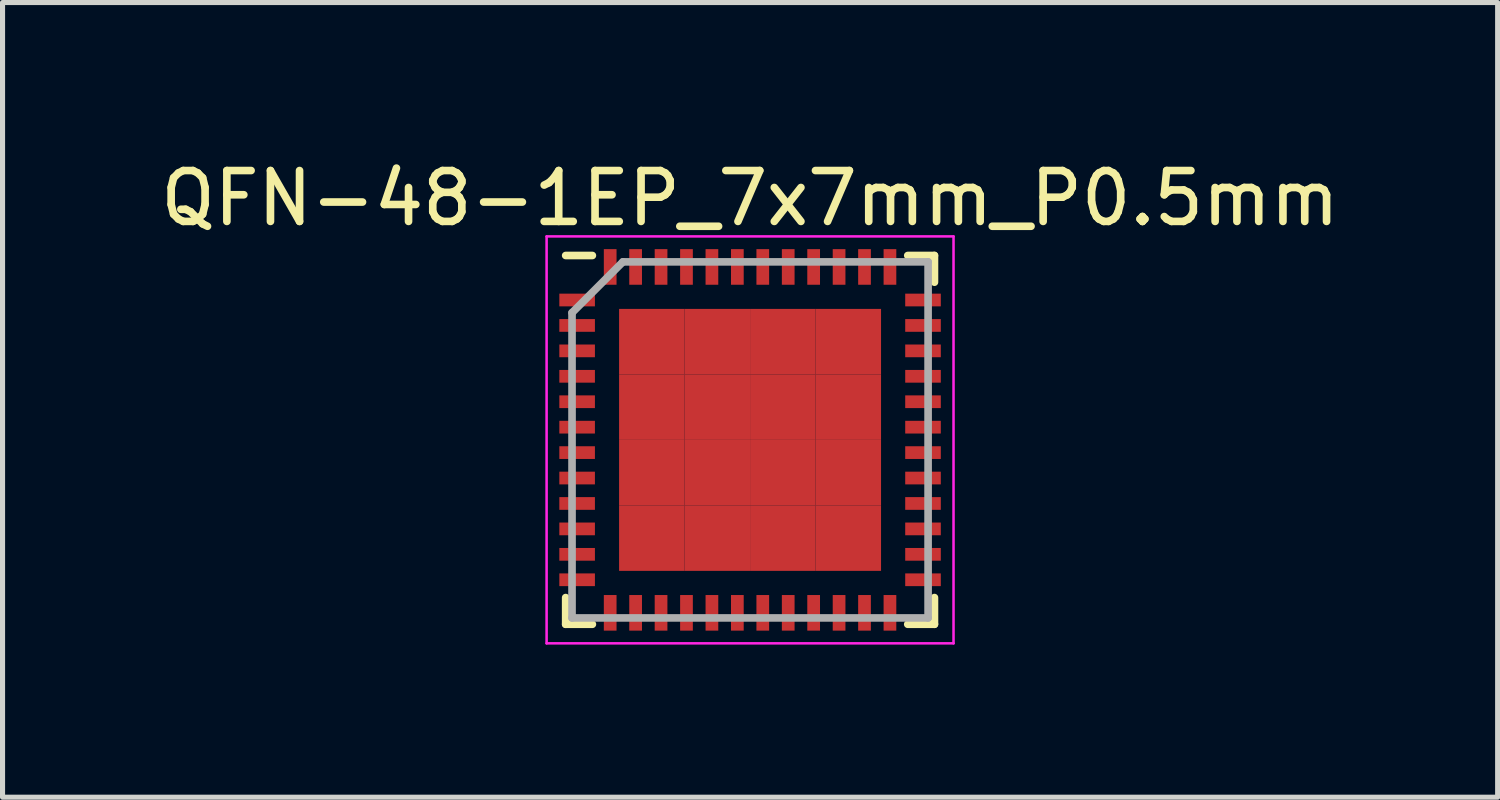
<source format=kicad_pcb>
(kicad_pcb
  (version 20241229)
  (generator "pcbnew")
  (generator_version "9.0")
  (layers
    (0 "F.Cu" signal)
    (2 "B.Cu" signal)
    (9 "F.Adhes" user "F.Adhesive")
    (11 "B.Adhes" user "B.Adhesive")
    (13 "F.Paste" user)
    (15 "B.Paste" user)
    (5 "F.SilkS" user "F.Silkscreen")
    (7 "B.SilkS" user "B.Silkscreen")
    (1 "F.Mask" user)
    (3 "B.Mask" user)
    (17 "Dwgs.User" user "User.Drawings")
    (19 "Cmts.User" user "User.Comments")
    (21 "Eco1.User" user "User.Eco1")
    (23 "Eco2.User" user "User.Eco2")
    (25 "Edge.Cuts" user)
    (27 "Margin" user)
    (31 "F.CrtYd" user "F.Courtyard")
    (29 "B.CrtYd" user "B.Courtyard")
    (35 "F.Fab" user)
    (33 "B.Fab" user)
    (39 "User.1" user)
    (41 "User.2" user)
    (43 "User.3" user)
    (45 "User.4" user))
  (footprint "QFN-48-1EP_7x7mm_P0.5mm"
    (layer "F.Cu")
    (at 11.696 5.598)
    (property "Reference" "QFN-48-1EP_7x7mm_P0.5mm" (at 0 -4.75 0) (layer "F.SilkS") (effects (font (size 1 1) (thickness 0.15))))
    (attr smd)
    (fp_line (start -3.625 -3.625) (end -3.1 -3.625) (stroke (width 0.15) (type solid)) (layer "F.SilkS"))
    (fp_line (start -3.625 3.625) (end -3.625 3.1) (stroke (width 0.15) (type solid)) (layer "F.SilkS"))
    (fp_line (start -3.625 3.625) (end -3.1 3.625) (stroke (width 0.15) (type solid)) (layer "F.SilkS"))
    (fp_line (start 3.625 -3.625) (end 3.1 -3.625) (stroke (width 0.15) (type solid)) (layer "F.SilkS"))
    (fp_line (start 3.625 -3.625) (end 3.625 -3.1) (stroke (width 0.15) (type solid)) (layer "F.SilkS"))
    (fp_line (start 3.625 3.625) (end 3.1 3.625) (stroke (width 0.15) (type solid)) (layer "F.SilkS"))
    (fp_line (start 3.625 3.625) (end 3.625 3.1) (stroke (width 0.15) (type solid)) (layer "F.SilkS"))
    (fp_line (start -4 -4) (end -4 4) (stroke (width 0.05) (type solid)) (layer "F.CrtYd"))
    (fp_line (start -4 -4) (end 4 -4) (stroke (width 0.05) (type solid)) (layer "F.CrtYd"))
    (fp_line (start -4 4) (end 4 4) (stroke (width 0.05) (type solid)) (layer "F.CrtYd"))
    (fp_line (start 4 -4) (end 4 4) (stroke (width 0.05) (type solid)) (layer "F.CrtYd"))
    (fp_line (start -3.5 -2.5) (end -2.5 -3.5) (stroke (width 0.15) (type solid)) (layer "F.Fab"))
    (fp_line (start -3.5 3.5) (end -3.5 -2.5) (stroke (width 0.15) (type solid)) (layer "F.Fab"))
    (fp_line (start -2.5 -3.5) (end 3.5 -3.5) (stroke (width 0.15) (type solid)) (layer "F.Fab"))
    (fp_line (start 3.5 -3.5) (end 3.5 3.5) (stroke (width 0.15) (type solid)) (layer "F.Fab"))
    (fp_line (start 3.5 3.5) (end -3.5 3.5) (stroke (width 0.15) (type solid)) (layer "F.Fab"))
    (pad "1" smd rect (at -3.4 -2.75) (size 0.7 0.25) (layers "F.Cu" "F.Mask" "F.Paste"))
    (pad "2" smd rect (at -3.4 -2.25) (size 0.7 0.25) (layers "F.Cu" "F.Mask" "F.Paste"))
    (pad "3" smd rect (at -3.4 -1.75) (size 0.7 0.25) (layers "F.Cu" "F.Mask" "F.Paste"))
    (pad "4" smd rect (at -3.4 -1.25) (size 0.7 0.25) (layers "F.Cu" "F.Mask" "F.Paste"))
    (pad "5" smd rect (at -3.4 -0.75) (size 0.7 0.25) (layers "F.Cu" "F.Mask" "F.Paste"))
    (pad "6" smd rect (at -3.4 -0.25) (size 0.7 0.25) (layers "F.Cu" "F.Mask" "F.Paste"))
    (pad "7" smd rect (at -3.4 0.25) (size 0.7 0.25) (layers "F.Cu" "F.Mask" "F.Paste"))
    (pad "8" smd rect (at -3.4 0.75) (size 0.7 0.25) (layers "F.Cu" "F.Mask" "F.Paste"))
    (pad "9" smd rect (at -3.4 1.25) (size 0.7 0.25) (layers "F.Cu" "F.Mask" "F.Paste"))
    (pad "10" smd rect (at -3.4 1.75) (size 0.7 0.25) (layers "F.Cu" "F.Mask" "F.Paste"))
    (pad "11" smd rect (at -3.4 2.25) (size 0.7 0.25) (layers "F.Cu" "F.Mask" "F.Paste"))
    (pad "12" smd rect (at -3.4 2.75) (size 0.7 0.25) (layers "F.Cu" "F.Mask" "F.Paste"))
    (pad "13" smd rect (at -2.75 3.4 90) (size 0.7 0.25) (layers "F.Cu" "F.Mask" "F.Paste"))
    (pad "14" smd rect (at -2.25 3.4 90) (size 0.7 0.25) (layers "F.Cu" "F.Mask" "F.Paste"))
    (pad "15" smd rect (at -1.75 3.4 90) (size 0.7 0.25) (layers "F.Cu" "F.Mask" "F.Paste"))
    (pad "16" smd rect (at -1.25 3.4 90) (size 0.7 0.25) (layers "F.Cu" "F.Mask" "F.Paste"))
    (pad "17" smd rect (at -0.75 3.4 90) (size 0.7 0.25) (layers "F.Cu" "F.Mask" "F.Paste"))
    (pad "18" smd rect (at -0.25 3.4 90) (size 0.7 0.25) (layers "F.Cu" "F.Mask" "F.Paste"))
    (pad "19" smd rect (at 0.25 3.4 90) (size 0.7 0.25) (layers "F.Cu" "F.Mask" "F.Paste"))
    (pad "20" smd rect (at 0.75 3.4 90) (size 0.7 0.25) (layers "F.Cu" "F.Mask" "F.Paste"))
    (pad "21" smd rect (at 1.25 3.4 90) (size 0.7 0.25) (layers "F.Cu" "F.Mask" "F.Paste"))
    (pad "22" smd rect (at 1.75 3.4 90) (size 0.7 0.25) (layers "F.Cu" "F.Mask" "F.Paste"))
    (pad "23" smd rect (at 2.25 3.4 90) (size 0.7 0.25) (layers "F.Cu" "F.Mask" "F.Paste"))
    (pad "24" smd rect (at 2.75 3.4 90) (size 0.7 0.25) (layers "F.Cu" "F.Mask" "F.Paste"))
    (pad "25" smd rect (at 3.4 2.75) (size 0.7 0.25) (layers "F.Cu" "F.Mask" "F.Paste"))
    (pad "26" smd rect (at 3.4 2.25) (size 0.7 0.25) (layers "F.Cu" "F.Mask" "F.Paste"))
    (pad "27" smd rect (at 3.4 1.75) (size 0.7 0.25) (layers "F.Cu" "F.Mask" "F.Paste"))
    (pad "28" smd rect (at 3.4 1.25) (size 0.7 0.25) (layers "F.Cu" "F.Mask" "F.Paste"))
    (pad "29" smd rect (at 3.4 0.75) (size 0.7 0.25) (layers "F.Cu" "F.Mask" "F.Paste"))
    (pad "30" smd rect (at 3.4 0.25) (size 0.7 0.25) (layers "F.Cu" "F.Mask" "F.Paste"))
    (pad "31" smd rect (at 3.4 -0.25) (size 0.7 0.25) (layers "F.Cu" "F.Mask" "F.Paste"))
    (pad "32" smd rect (at 3.4 -0.75) (size 0.7 0.25) (layers "F.Cu" "F.Mask" "F.Paste"))
    (pad "33" smd rect (at 3.4 -1.25) (size 0.7 0.25) (layers "F.Cu" "F.Mask" "F.Paste"))
    (pad "34" smd rect (at 3.4 -1.75) (size 0.7 0.25) (layers "F.Cu" "F.Mask" "F.Paste"))
    (pad "35" smd rect (at 3.4 -2.25) (size 0.7 0.25) (layers "F.Cu" "F.Mask" "F.Paste"))
    (pad "36" smd rect (at 3.4 -2.75) (size 0.7 0.25) (layers "F.Cu" "F.Mask" "F.Paste"))
    (pad "37" smd rect (at 2.75 -3.4 90) (size 0.7 0.25) (layers "F.Cu" "F.Mask" "F.Paste"))
    (pad "38" smd rect (at 2.25 -3.4 90) (size 0.7 0.25) (layers "F.Cu" "F.Mask" "F.Paste"))
    (pad "39" smd rect (at 1.75 -3.4 90) (size 0.7 0.25) (layers "F.Cu" "F.Mask" "F.Paste"))
    (pad "40" smd rect (at 1.25 -3.4 90) (size 0.7 0.25) (layers "F.Cu" "F.Mask" "F.Paste"))
    (pad "41" smd rect (at 0.75 -3.4 90) (size 0.7 0.25) (layers "F.Cu" "F.Mask" "F.Paste"))
    (pad "42" smd rect (at 0.25 -3.4 90) (size 0.7 0.25) (layers "F.Cu" "F.Mask" "F.Paste"))
    (pad "43" smd rect (at -0.25 -3.4 90) (size 0.7 0.25) (layers "F.Cu" "F.Mask" "F.Paste"))
    (pad "44" smd rect (at -0.75 -3.4 90) (size 0.7 0.25) (layers "F.Cu" "F.Mask" "F.Paste"))
    (pad "45" smd rect (at -1.25 -3.4 90) (size 0.7 0.25) (layers "F.Cu" "F.Mask" "F.Paste"))
    (pad "46" smd rect (at -1.75 -3.4 90) (size 0.7 0.25) (layers "F.Cu" "F.Mask" "F.Paste"))
    (pad "47" smd rect (at -2.25 -3.4 90) (size 0.7 0.25) (layers "F.Cu" "F.Mask" "F.Paste"))
    (pad "48" smd rect (at -2.75 -3.4 90) (size 0.7 0.25) (layers "F.Cu" "F.Mask" "F.Paste"))
    (pad "49" smd rect (at -1.931 -1.931) (size 1.288 1.288) (layers "F.Cu" "F.Mask" "F.Paste"))
    (pad "49" smd rect (at -1.931 -0.644) (size 1.288 1.288) (layers "F.Cu" "F.Mask" "F.Paste"))
    (pad "49" smd rect (at -1.931 0.644) (size 1.288 1.288) (layers "F.Cu" "F.Mask" "F.Paste"))
    (pad "49" smd rect (at -1.931 1.931) (size 1.288 1.288) (layers "F.Cu" "F.Mask" "F.Paste"))
    (pad "49" smd rect (at -0.644 -1.931) (size 1.288 1.288) (layers "F.Cu" "F.Mask" "F.Paste"))
    (pad "49" smd rect (at -0.644 -0.644) (size 1.288 1.288) (layers "F.Cu" "F.Mask" "F.Paste"))
    (pad "49" smd rect (at -0.644 0.644) (size 1.288 1.288) (layers "F.Cu" "F.Mask" "F.Paste"))
    (pad "49" smd rect (at -0.644 1.931) (size 1.288 1.288) (layers "F.Cu" "F.Mask" "F.Paste"))
    (pad "49" smd rect (at 0.644 -1.931) (size 1.288 1.288) (layers "F.Cu" "F.Mask" "F.Paste"))
    (pad "49" smd rect (at 0.644 -0.644) (size 1.288 1.288) (layers "F.Cu" "F.Mask" "F.Paste"))
    (pad "49" smd rect (at 0.644 0.644) (size 1.288 1.288) (layers "F.Cu" "F.Mask" "F.Paste"))
    (pad "49" smd rect (at 0.644 1.931) (size 1.288 1.288) (layers "F.Cu" "F.Mask" "F.Paste"))
    (pad "49" smd rect (at 1.931 -1.931) (size 1.288 1.288) (layers "F.Cu" "F.Mask" "F.Paste"))
    (pad "49" smd rect (at 1.931 -0.644) (size 1.288 1.288) (layers "F.Cu" "F.Mask" "F.Paste"))
    (pad "49" smd rect (at 1.931 0.644) (size 1.288 1.288) (layers "F.Cu" "F.Mask" "F.Paste"))
    (pad "49" smd rect (at 1.931 1.931) (size 1.288 1.288) (layers "F.Cu" "F.Mask" "F.Paste")))
  (gr_rect
    (start -3 -3)
    (end 26.393 12.623)
    (stroke (width 0.1) (type default))
    (fill no)
    (layer "Edge.Cuts")))
</source>
